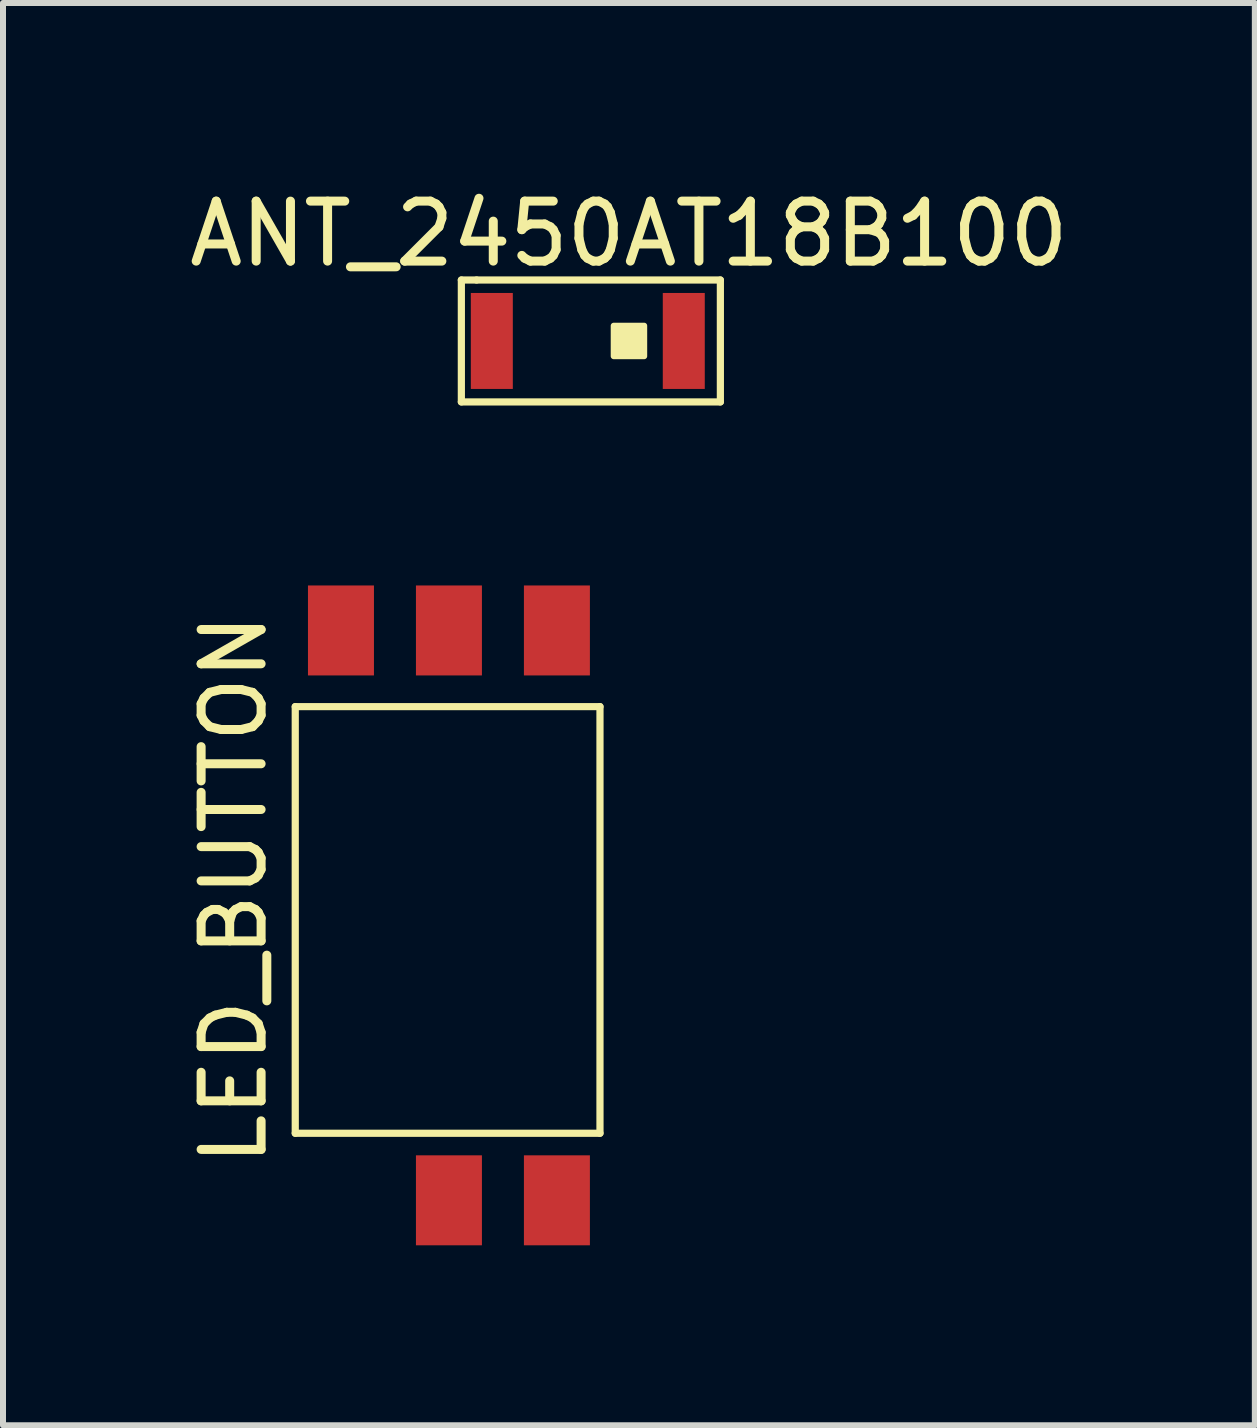
<source format=kicad_pcb>
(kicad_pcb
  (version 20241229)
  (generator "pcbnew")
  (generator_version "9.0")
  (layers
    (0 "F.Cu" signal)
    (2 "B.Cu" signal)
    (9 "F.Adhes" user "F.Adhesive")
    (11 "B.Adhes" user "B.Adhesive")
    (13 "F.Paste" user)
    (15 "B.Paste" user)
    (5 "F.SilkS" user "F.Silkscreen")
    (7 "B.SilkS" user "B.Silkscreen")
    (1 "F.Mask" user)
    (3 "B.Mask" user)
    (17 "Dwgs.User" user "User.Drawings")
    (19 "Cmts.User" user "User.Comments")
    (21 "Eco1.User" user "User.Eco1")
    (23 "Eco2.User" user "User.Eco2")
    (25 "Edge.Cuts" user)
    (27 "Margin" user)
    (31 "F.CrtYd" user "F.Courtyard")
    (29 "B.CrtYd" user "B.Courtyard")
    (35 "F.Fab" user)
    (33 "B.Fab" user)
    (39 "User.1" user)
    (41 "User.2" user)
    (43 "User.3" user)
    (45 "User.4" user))
  (footprint "ANT_2450AT18B100"
    (layer "F.Cu")
    (at 5.149 2.634)
    (property "Reference" "ANT_2450AT18B100" (at 2.286 -1.786 0) (layer "F.SilkS") (effects (font (size 1 1) (thickness 0.15))))
    (attr through_hole)
    (fp_line (start -0.508 -1.016) (end -0.254 -1.016) (stroke (width 0.12) (type solid)) (layer "F.SilkS"))
    (fp_line (start -0.508 1.016) (end -0.508 -1.016) (stroke (width 0.12) (type solid)) (layer "F.SilkS"))
    (fp_line (start -0.254 -1.016) (end 3.81 -1.016) (stroke (width 0.12) (type solid)) (layer "F.SilkS"))
    (fp_line (start 3.81 -1.016) (end 3.81 1.016) (stroke (width 0.12) (type solid)) (layer "F.SilkS"))
    (fp_line (start 3.81 1.016) (end -0.508 1.016) (stroke (width 0.12) (type solid)) (layer "F.SilkS"))
    (fp_poly (pts (xy 2.54 0.254) (xy 2.032 0.254) (xy 2.032 -0.254) (xy 2.54 -0.254)) (stroke (width 0.1) (type solid)) (fill yes) (layer "F.SilkS"))
    (pad "1" smd rect (at 3.2 0) (size 0.7 1.6) (layers "F.Cu" "F.Mask" "F.Paste"))
    (pad "2" smd rect (at 0 0) (size 0.7 1.6) (layers "F.Cu" "F.Mask" "F.Paste")))
  (footprint "LED_BUTTON"
    (layer "F.Cu")
    (at 2.634 7.46)
    (property "Reference" "LED_BUTTON" (at -1.786 4.318 90) (layer "F.SilkS") (effects (font (size 1 1) (thickness 0.15))))
    (attr through_hole)
    (fp_line (start -0.762 1.27) (end 4.318 1.27) (stroke (width 0.12) (type solid)) (layer "F.SilkS"))
    (fp_line (start -0.762 8.382) (end -0.762 1.27) (stroke (width 0.12) (type solid)) (layer "F.SilkS"))
    (fp_line (start 4.318 1.27) (end 4.318 8.382) (stroke (width 0.12) (type solid)) (layer "F.SilkS"))
    (fp_line (start 4.318 8.382) (end -0.762 8.382) (stroke (width 0.12) (type solid)) (layer "F.SilkS"))
    (pad "1" smd rect (at 0 0) (size 1.1 1.5) (layers "F.Cu" "F.Mask" "F.Paste"))
    (pad "2" smd rect (at 1.8 0) (size 1.1 1.5) (layers "F.Cu" "F.Mask" "F.Paste"))
    (pad "3" smd rect (at 3.6 0) (size 1.1 1.5) (layers "F.Cu" "F.Mask" "F.Paste"))
    (pad "4" smd rect (at 3.6 9.5) (size 1.1 1.5) (layers "F.Cu" "F.Mask" "F.Paste"))
    (pad "5" smd rect (at 1.8 9.5) (size 1.1 1.5) (layers "F.Cu" "F.Mask" "F.Paste")))
  (gr_rect
    (start -3 -3)
    (end 17.869 20.71)
    (stroke (width 0.1) (type default))
    (fill no)
    (layer "Edge.Cuts")))
</source>
